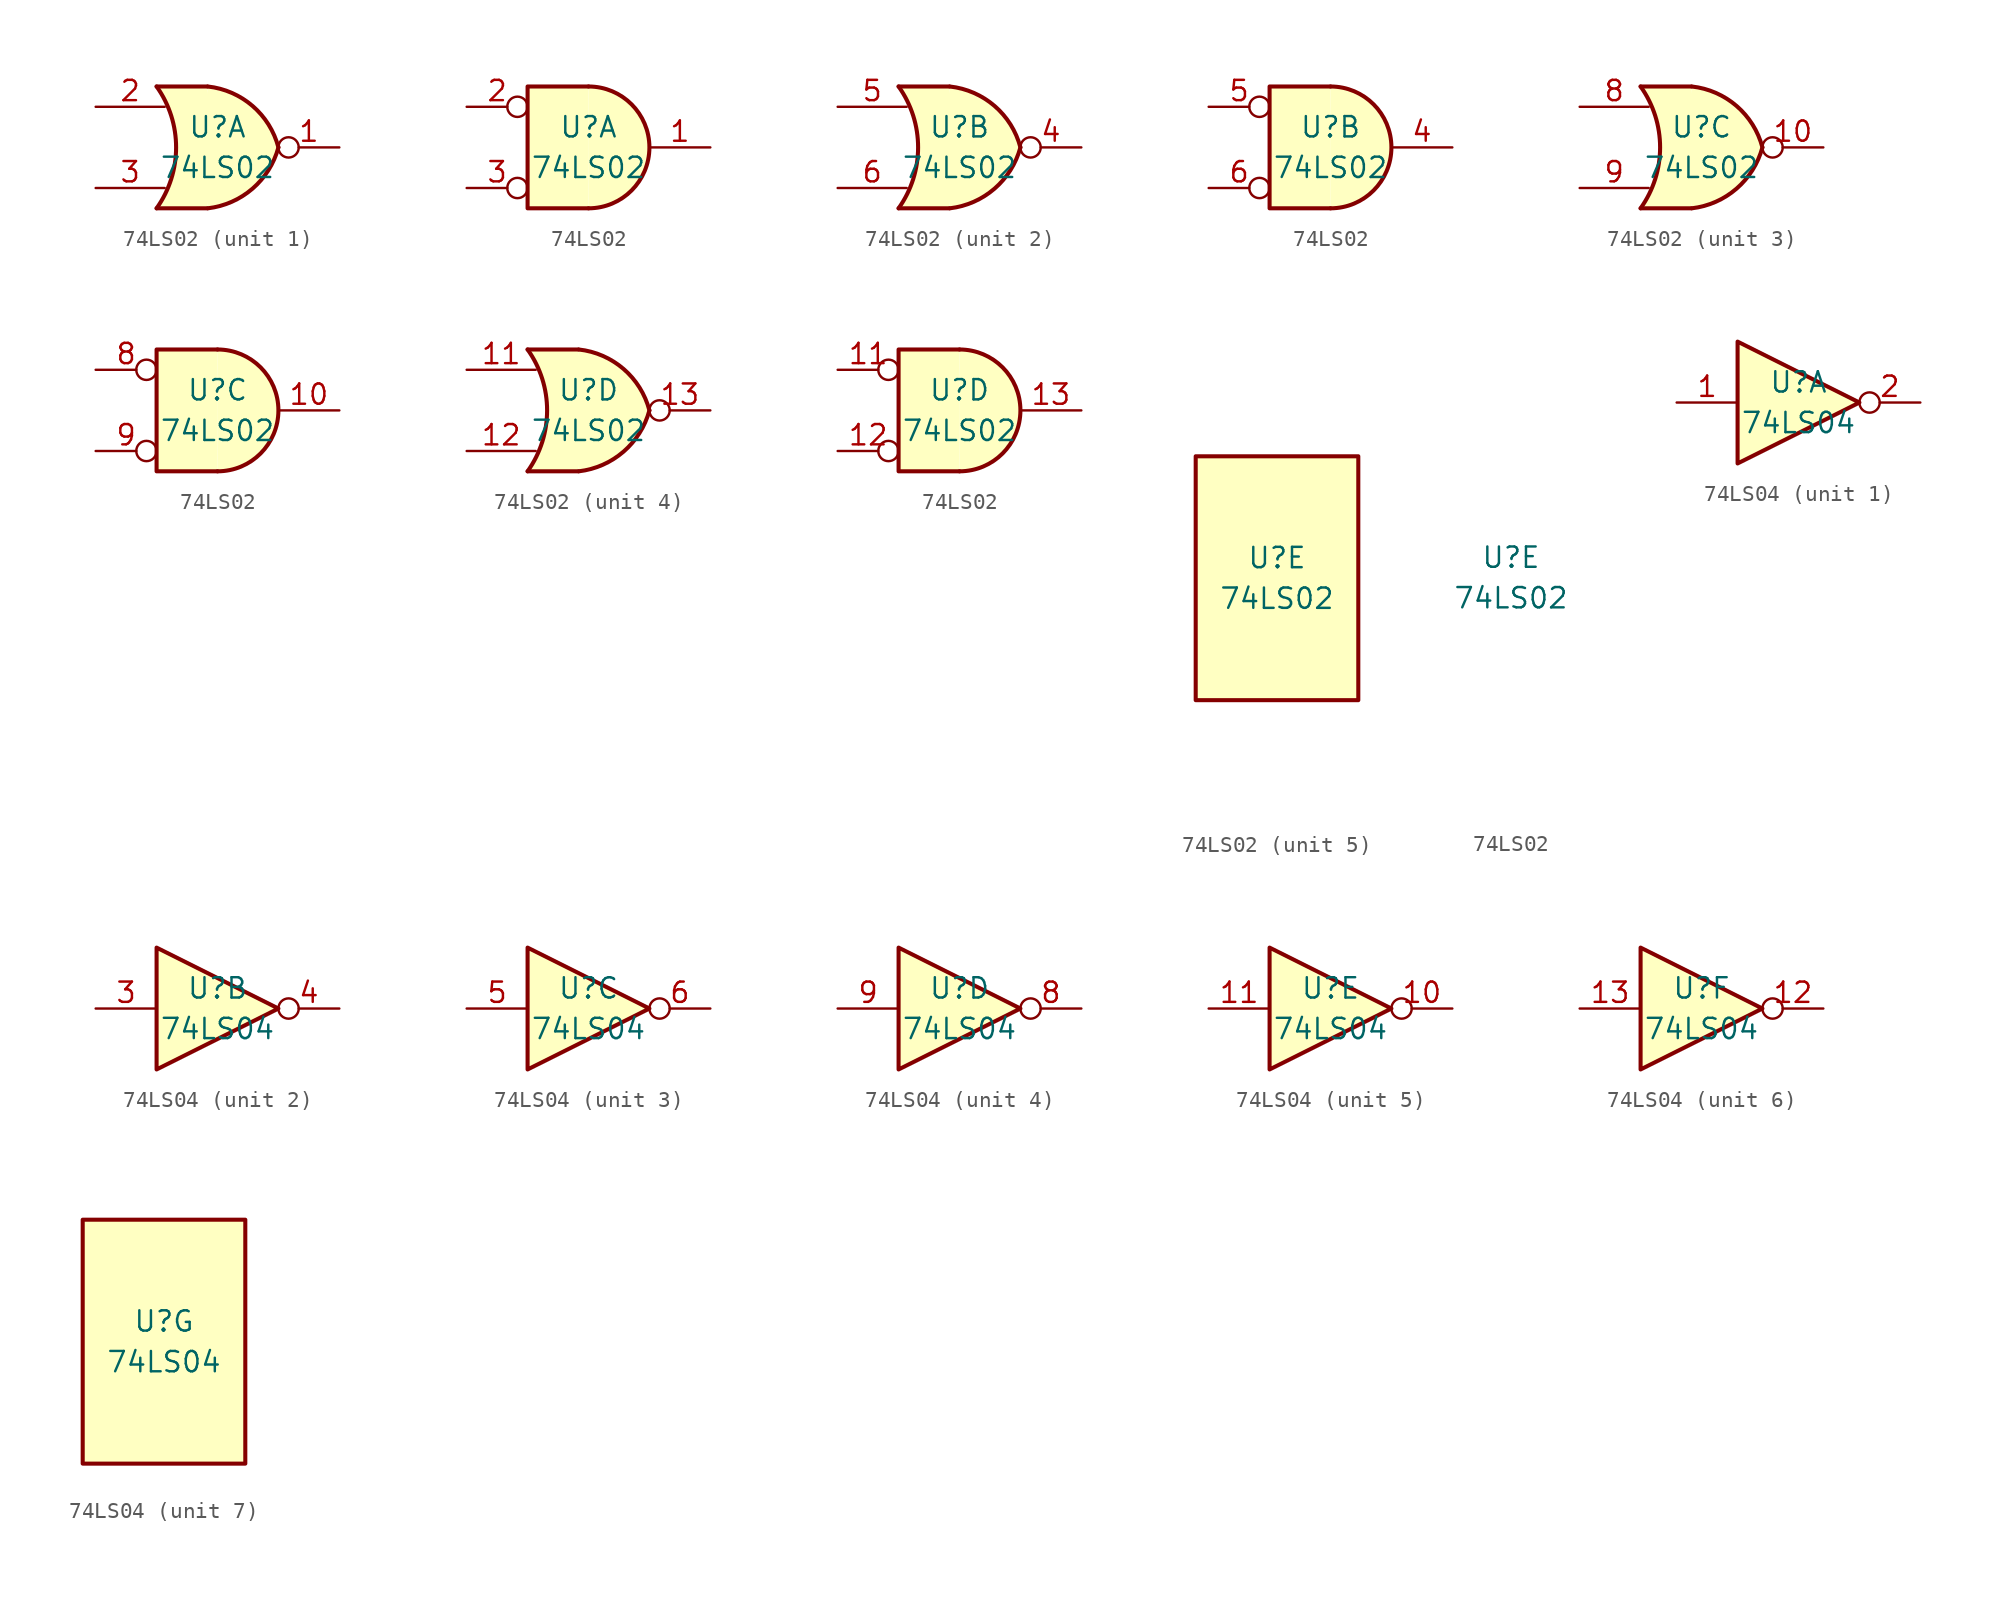
<source format=kicad_sym>
(kicad_symbol_lib
  (version 20211014)
  (generator kicad_symbol_editor)
  (symbol "74LS02"
    (pin_names
      (offset 1.016))
    (property "Reference" "U"
      (at 0 1.27 0)
      (effects (font (size 1.27 1.27))))
    (property "Value" "74LS02"
      (at 0 -1.27 0)
      (effects (font (size 1.27 1.27))))
    (property "ki_locked" ""
      (at 0 0 0)
      (effects (font (size 1.27 1.27))))
    (symbol "74LS02_1_1"
      (arc (start -3.81 -3.81) (mid -2.589 0) (end -3.81 3.81) (stroke (width 0.254) (type default) (color 0 0 0 0)) (fill (type none)))
      (arc (start -0.6096 -3.81) (mid 2.1842 -2.5851) (end 3.81 0) (stroke (width 0.254) (type default) (color 0 0 0 0)) (fill (type background)))
      (polyline (pts (xy -3.81 -3.81) (xy -0.635 -3.81)) (stroke (width 0.254) (type default) (color 0 0 0 0)) (fill (type background)))
      (polyline (pts (xy -3.81 3.81) (xy -0.635 3.81)) (stroke (width 0.254) (type default) (color 0 0 0 0)) (fill (type background)))
      (polyline (pts (xy -0.635 3.81) (xy -3.81 3.81) (xy -3.81 3.81) (xy -3.556 3.404) (xy -3.023 2.261) (xy -2.692 1.041) (xy -2.616 -0.254) (xy -2.769 -1.499) (xy -3.175 -2.718) (xy -3.81 -3.81) (xy -3.81 -3.81) (xy -0.635 -3.81)) (stroke (width -25.4) (type default) (color 0 0 0 0)) (fill (type background)))
      (arc (start 3.81 0) (mid 2.1915 2.5936) (end -0.6096 3.81) (stroke (width 0.254) (type default) (color 0 0 0 0)) (fill (type background)))
      (pin output inverted (at 7.62 0 180) (length 3.81) (name "~" (effects (font (size 1.27 1.27)))) (number "1" (effects (font (size 1.27 1.27)))))
      (pin input line (at -7.62 2.54 0) (length 4.318) (name "~" (effects (font (size 1.27 1.27)))) (number "2" (effects (font (size 1.27 1.27)))))
      (pin input line (at -7.62 -2.54 0) (length 4.318) (name "~" (effects (font (size 1.27 1.27)))) (number "3" (effects (font (size 1.27 1.27))))))
    (symbol "74LS02_1_2"
      (arc (start 0 -3.81) (mid 3.81 0) (end 0 3.81) (stroke (width 0.254) (type default) (color 0 0 0 0)) (fill (type background)))
      (polyline (pts (xy 0 3.81) (xy -3.81 3.81) (xy -3.81 -3.81) (xy 0 -3.81)) (stroke (width 0.254) (type default) (color 0 0 0 0)) (fill (type background)))
      (pin output line (at 7.62 0 180) (length 3.81) (name "~" (effects (font (size 1.27 1.27)))) (number "1" (effects (font (size 1.27 1.27)))))
      (pin input inverted (at -7.62 2.54 0) (length 3.81) (name "~" (effects (font (size 1.27 1.27)))) (number "2" (effects (font (size 1.27 1.27)))))
      (pin input inverted (at -7.62 -2.54 0) (length 3.81) (name "~" (effects (font (size 1.27 1.27)))) (number "3" (effects (font (size 1.27 1.27))))))
    (symbol "74LS02_2_1"
      (arc (start -3.81 -3.81) (mid -2.589 0) (end -3.81 3.81) (stroke (width 0.254) (type default) (color 0 0 0 0)) (fill (type none)))
      (arc (start -0.6096 -3.81) (mid 2.1842 -2.5851) (end 3.81 0) (stroke (width 0.254) (type default) (color 0 0 0 0)) (fill (type background)))
      (polyline (pts (xy -3.81 -3.81) (xy -0.635 -3.81)) (stroke (width 0.254) (type default) (color 0 0 0 0)) (fill (type background)))
      (polyline (pts (xy -3.81 3.81) (xy -0.635 3.81)) (stroke (width 0.254) (type default) (color 0 0 0 0)) (fill (type background)))
      (polyline (pts (xy -0.635 3.81) (xy -3.81 3.81) (xy -3.81 3.81) (xy -3.556 3.404) (xy -3.023 2.261) (xy -2.692 1.041) (xy -2.616 -0.254) (xy -2.769 -1.499) (xy -3.175 -2.718) (xy -3.81 -3.81) (xy -3.81 -3.81) (xy -0.635 -3.81)) (stroke (width -25.4) (type default) (color 0 0 0 0)) (fill (type background)))
      (arc (start 3.81 0) (mid 2.1915 2.5936) (end -0.6096 3.81) (stroke (width 0.254) (type default) (color 0 0 0 0)) (fill (type background)))
      (pin output inverted (at 7.62 0 180) (length 3.81) (name "~" (effects (font (size 1.27 1.27)))) (number "4" (effects (font (size 1.27 1.27)))))
      (pin input line (at -7.62 2.54 0) (length 4.318) (name "~" (effects (font (size 1.27 1.27)))) (number "5" (effects (font (size 1.27 1.27)))))
      (pin input line (at -7.62 -2.54 0) (length 4.318) (name "~" (effects (font (size 1.27 1.27)))) (number "6" (effects (font (size 1.27 1.27))))))
    (symbol "74LS02_2_2"
      (arc (start 0 -3.81) (mid 3.81 0) (end 0 3.81) (stroke (width 0.254) (type default) (color 0 0 0 0)) (fill (type background)))
      (polyline (pts (xy 0 3.81) (xy -3.81 3.81) (xy -3.81 -3.81) (xy 0 -3.81)) (stroke (width 0.254) (type default) (color 0 0 0 0)) (fill (type background)))
      (pin output line (at 7.62 0 180) (length 3.81) (name "~" (effects (font (size 1.27 1.27)))) (number "4" (effects (font (size 1.27 1.27)))))
      (pin input inverted (at -7.62 2.54 0) (length 3.81) (name "~" (effects (font (size 1.27 1.27)))) (number "5" (effects (font (size 1.27 1.27)))))
      (pin input inverted (at -7.62 -2.54 0) (length 3.81) (name "~" (effects (font (size 1.27 1.27)))) (number "6" (effects (font (size 1.27 1.27))))))
    (symbol "74LS02_3_1"
      (arc (start -3.81 -3.81) (mid -2.589 0) (end -3.81 3.81) (stroke (width 0.254) (type default) (color 0 0 0 0)) (fill (type none)))
      (arc (start -0.6096 -3.81) (mid 2.1842 -2.5851) (end 3.81 0) (stroke (width 0.254) (type default) (color 0 0 0 0)) (fill (type background)))
      (polyline (pts (xy -3.81 -3.81) (xy -0.635 -3.81)) (stroke (width 0.254) (type default) (color 0 0 0 0)) (fill (type background)))
      (polyline (pts (xy -3.81 3.81) (xy -0.635 3.81)) (stroke (width 0.254) (type default) (color 0 0 0 0)) (fill (type background)))
      (polyline (pts (xy -0.635 3.81) (xy -3.81 3.81) (xy -3.81 3.81) (xy -3.556 3.404) (xy -3.023 2.261) (xy -2.692 1.041) (xy -2.616 -0.254) (xy -2.769 -1.499) (xy -3.175 -2.718) (xy -3.81 -3.81) (xy -3.81 -3.81) (xy -0.635 -3.81)) (stroke (width -25.4) (type default) (color 0 0 0 0)) (fill (type background)))
      (arc (start 3.81 0) (mid 2.1915 2.5936) (end -0.6096 3.81) (stroke (width 0.254) (type default) (color 0 0 0 0)) (fill (type background)))
      (pin output inverted (at 7.62 0 180) (length 3.81) (name "~" (effects (font (size 1.27 1.27)))) (number "10" (effects (font (size 1.27 1.27)))))
      (pin input line (at -7.62 2.54 0) (length 4.318) (name "~" (effects (font (size 1.27 1.27)))) (number "8" (effects (font (size 1.27 1.27)))))
      (pin input line (at -7.62 -2.54 0) (length 4.318) (name "~" (effects (font (size 1.27 1.27)))) (number "9" (effects (font (size 1.27 1.27))))))
    (symbol "74LS02_3_2"
      (arc (start 0 -3.81) (mid 3.81 0) (end 0 3.81) (stroke (width 0.254) (type default) (color 0 0 0 0)) (fill (type background)))
      (polyline (pts (xy 0 3.81) (xy -3.81 3.81) (xy -3.81 -3.81) (xy 0 -3.81)) (stroke (width 0.254) (type default) (color 0 0 0 0)) (fill (type background)))
      (pin output line (at 7.62 0 180) (length 3.81) (name "~" (effects (font (size 1.27 1.27)))) (number "10" (effects (font (size 1.27 1.27)))))
      (pin input inverted (at -7.62 2.54 0) (length 3.81) (name "~" (effects (font (size 1.27 1.27)))) (number "8" (effects (font (size 1.27 1.27)))))
      (pin input inverted (at -7.62 -2.54 0) (length 3.81) (name "~" (effects (font (size 1.27 1.27)))) (number "9" (effects (font (size 1.27 1.27))))))
    (symbol "74LS02_4_1"
      (arc (start -3.81 -3.81) (mid -2.589 0) (end -3.81 3.81) (stroke (width 0.254) (type default) (color 0 0 0 0)) (fill (type none)))
      (arc (start -0.6096 -3.81) (mid 2.1842 -2.5851) (end 3.81 0) (stroke (width 0.254) (type default) (color 0 0 0 0)) (fill (type background)))
      (polyline (pts (xy -3.81 -3.81) (xy -0.635 -3.81)) (stroke (width 0.254) (type default) (color 0 0 0 0)) (fill (type background)))
      (polyline (pts (xy -3.81 3.81) (xy -0.635 3.81)) (stroke (width 0.254) (type default) (color 0 0 0 0)) (fill (type background)))
      (polyline (pts (xy -0.635 3.81) (xy -3.81 3.81) (xy -3.81 3.81) (xy -3.556 3.404) (xy -3.023 2.261) (xy -2.692 1.041) (xy -2.616 -0.254) (xy -2.769 -1.499) (xy -3.175 -2.718) (xy -3.81 -3.81) (xy -3.81 -3.81) (xy -0.635 -3.81)) (stroke (width -25.4) (type default) (color 0 0 0 0)) (fill (type background)))
      (arc (start 3.81 0) (mid 2.1915 2.5936) (end -0.6096 3.81) (stroke (width 0.254) (type default) (color 0 0 0 0)) (fill (type background)))
      (pin input line (at -7.62 2.54 0) (length 4.318) (name "~" (effects (font (size 1.27 1.27)))) (number "11" (effects (font (size 1.27 1.27)))))
      (pin input line (at -7.62 -2.54 0) (length 4.318) (name "~" (effects (font (size 1.27 1.27)))) (number "12" (effects (font (size 1.27 1.27)))))
      (pin output inverted (at 7.62 0 180) (length 3.81) (name "~" (effects (font (size 1.27 1.27)))) (number "13" (effects (font (size 1.27 1.27))))))
    (symbol "74LS02_4_2"
      (arc (start 0 -3.81) (mid 3.81 0) (end 0 3.81) (stroke (width 0.254) (type default) (color 0 0 0 0)) (fill (type background)))
      (polyline (pts (xy 0 3.81) (xy -3.81 3.81) (xy -3.81 -3.81) (xy 0 -3.81)) (stroke (width 0.254) (type default) (color 0 0 0 0)) (fill (type background)))
      (pin input inverted (at -7.62 2.54 0) (length 3.81) (name "~" (effects (font (size 1.27 1.27)))) (number "11" (effects (font (size 1.27 1.27)))))
      (pin input inverted (at -7.62 -2.54 0) (length 3.81) (name "~" (effects (font (size 1.27 1.27)))) (number "12" (effects (font (size 1.27 1.27)))))
      (pin output line (at 7.62 0 180) (length 3.81) (name "~" (effects (font (size 1.27 1.27)))) (number "13" (effects (font (size 1.27 1.27))))))
    (symbol "74LS02_5_0"
      (pin input line (at 0 12.7 270) (length 5.08) hide (name "VCC" (effects (font (size 1.27 1.27)))) (number "14" (effects (font (size 1.27 1.27)))))
      (pin input line (at 0 -12.7 90) (length 5.08) hide (name "GND" (effects (font (size 1.27 1.27)))) (number "7" (effects (font (size 1.27 1.27))))))
    (symbol "74LS02_5_1"
      (rectangle (start -5.08 7.62) (end 5.08 -7.62) (stroke (width 0.254) (type default) (color 0 0 0 0)) (fill (type background)))))
  (symbol "74LS04"
    (pin_names
      (offset 1.016))
    (property "Reference" "U"
      (at 0 1.27 0)
      (effects (font (size 1.27 1.27))))
    (property "Value" "74LS04"
      (at 0 -1.27 0)
      (effects (font (size 1.27 1.27))))
    (property "ki_locked" ""
      (at 0 0 0)
      (effects (font (size 1.27 1.27))))
    (symbol "74LS04_1_0"
      (polyline (pts (xy -3.81 3.81) (xy -3.81 -3.81) (xy 3.81 0) (xy -3.81 3.81)) (stroke (width 0.254) (type default) (color 0 0 0 0)) (fill (type background)))
      (pin input line (at -7.62 0 0) (length 3.81) (name "~" (effects (font (size 1.27 1.27)))) (number "1" (effects (font (size 1.27 1.27)))))
      (pin output inverted (at 7.62 0 180) (length 3.81) (name "~" (effects (font (size 1.27 1.27)))) (number "2" (effects (font (size 1.27 1.27))))))
    (symbol "74LS04_2_0"
      (polyline (pts (xy -3.81 3.81) (xy -3.81 -3.81) (xy 3.81 0) (xy -3.81 3.81)) (stroke (width 0.254) (type default) (color 0 0 0 0)) (fill (type background)))
      (pin input line (at -7.62 0 0) (length 3.81) (name "~" (effects (font (size 1.27 1.27)))) (number "3" (effects (font (size 1.27 1.27)))))
      (pin output inverted (at 7.62 0 180) (length 3.81) (name "~" (effects (font (size 1.27 1.27)))) (number "4" (effects (font (size 1.27 1.27))))))
    (symbol "74LS04_3_0"
      (polyline (pts (xy -3.81 3.81) (xy -3.81 -3.81) (xy 3.81 0) (xy -3.81 3.81)) (stroke (width 0.254) (type default) (color 0 0 0 0)) (fill (type background)))
      (pin input line (at -7.62 0 0) (length 3.81) (name "~" (effects (font (size 1.27 1.27)))) (number "5" (effects (font (size 1.27 1.27)))))
      (pin output inverted (at 7.62 0 180) (length 3.81) (name "~" (effects (font (size 1.27 1.27)))) (number "6" (effects (font (size 1.27 1.27))))))
    (symbol "74LS04_4_0"
      (polyline (pts (xy -3.81 3.81) (xy -3.81 -3.81) (xy 3.81 0) (xy -3.81 3.81)) (stroke (width 0.254) (type default) (color 0 0 0 0)) (fill (type background)))
      (pin output inverted (at 7.62 0 180) (length 3.81) (name "~" (effects (font (size 1.27 1.27)))) (number "8" (effects (font (size 1.27 1.27)))))
      (pin input line (at -7.62 0 0) (length 3.81) (name "~" (effects (font (size 1.27 1.27)))) (number "9" (effects (font (size 1.27 1.27))))))
    (symbol "74LS04_5_0"
      (polyline (pts (xy -3.81 3.81) (xy -3.81 -3.81) (xy 3.81 0) (xy -3.81 3.81)) (stroke (width 0.254) (type default) (color 0 0 0 0)) (fill (type background)))
      (pin output inverted (at 7.62 0 180) (length 3.81) (name "~" (effects (font (size 1.27 1.27)))) (number "10" (effects (font (size 1.27 1.27)))))
      (pin input line (at -7.62 0 0) (length 3.81) (name "~" (effects (font (size 1.27 1.27)))) (number "11" (effects (font (size 1.27 1.27))))))
    (symbol "74LS04_6_0"
      (polyline (pts (xy -3.81 3.81) (xy -3.81 -3.81) (xy 3.81 0) (xy -3.81 3.81)) (stroke (width 0.254) (type default) (color 0 0 0 0)) (fill (type background)))
      (pin output inverted (at 7.62 0 180) (length 3.81) (name "~" (effects (font (size 1.27 1.27)))) (number "12" (effects (font (size 1.27 1.27)))))
      (pin input line (at -7.62 0 0) (length 3.81) (name "~" (effects (font (size 1.27 1.27)))) (number "13" (effects (font (size 1.27 1.27))))))
    (symbol "74LS04_7_0"
      (pin power_in line (at 0 7.62 270) (length 5.08) hide (name "VCC" (effects (font (size 1.27 1.27)))) (number "14" (effects (font (size 1.27 1.27)))))
      (pin power_in line (at 2.54 -7.62 90) (length 5.08) hide (name "VSS" (effects (font (size 1.27 1.27)))) (number "7" (effects (font (size 1.27 1.27))))))
    (symbol "74LS04_7_1"
      (rectangle (start -5.08 7.62) (end 5.08 -7.62) (stroke (width 0.254) (type default) (color 0 0 0 0)) (fill (type background))))))
</source>
